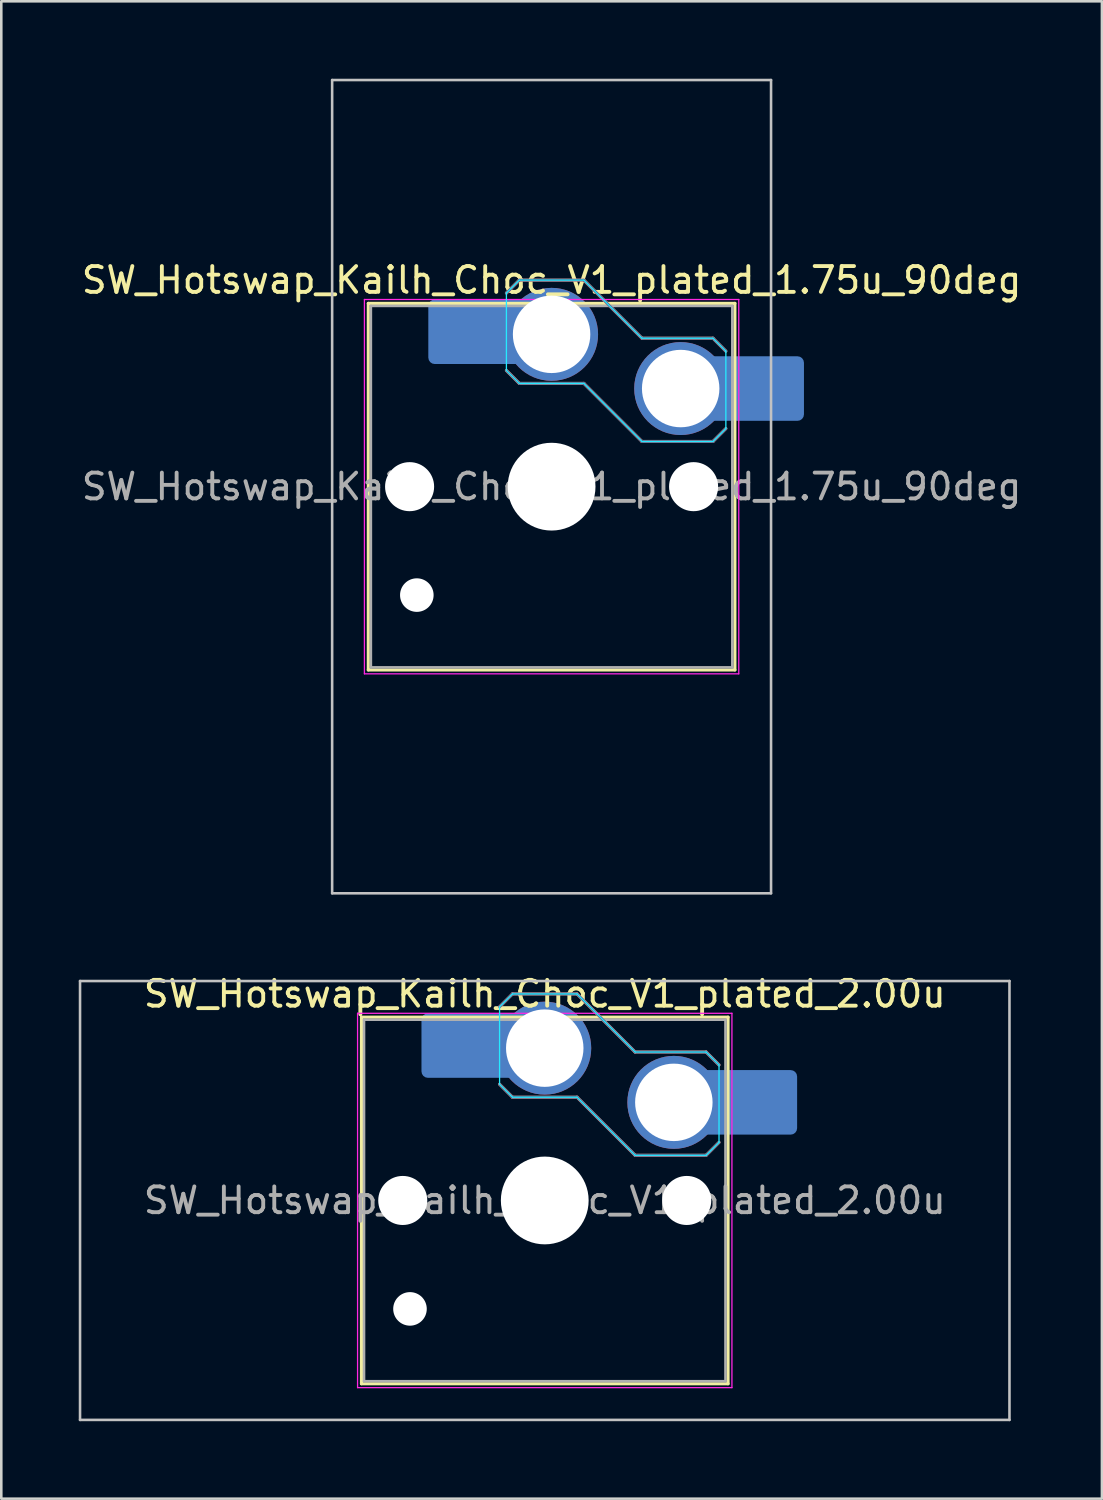
<source format=kicad_pcb>
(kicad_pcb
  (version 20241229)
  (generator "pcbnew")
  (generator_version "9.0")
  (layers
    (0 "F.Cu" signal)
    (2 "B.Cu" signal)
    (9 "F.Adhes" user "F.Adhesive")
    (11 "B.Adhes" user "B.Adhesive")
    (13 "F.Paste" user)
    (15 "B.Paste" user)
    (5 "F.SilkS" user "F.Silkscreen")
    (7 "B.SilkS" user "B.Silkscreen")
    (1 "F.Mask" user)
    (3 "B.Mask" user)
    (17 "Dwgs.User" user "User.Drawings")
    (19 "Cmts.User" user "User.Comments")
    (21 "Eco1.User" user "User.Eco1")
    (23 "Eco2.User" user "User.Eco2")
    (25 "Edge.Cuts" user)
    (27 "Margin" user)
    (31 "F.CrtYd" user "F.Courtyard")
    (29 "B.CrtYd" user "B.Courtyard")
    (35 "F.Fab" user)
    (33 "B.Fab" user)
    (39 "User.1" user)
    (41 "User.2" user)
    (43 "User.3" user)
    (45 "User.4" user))
  (footprint "SW_Hotswap_Kailh_Choc_V1_plated_1.75u_90deg"
    (layer "F.Cu")
    (at 18.315 15.8)
    (property "Reference" "SW_Hotswap_Kailh_Choc_V1_plated_1.75u_90deg" (at 0 -8 0) (layer "F.SilkS") (effects (font (size 1 1) (thickness 0.15))))
    (attr smd)
    (fp_line (start -7.1 -7.1) (end -7.1 7.1) (stroke (width 0.12) (type solid)) (layer "F.SilkS"))
    (fp_line (start -7.1 7.1) (end 7.1 7.1) (stroke (width 0.12) (type solid)) (layer "F.SilkS"))
    (fp_line (start 7.1 -7.1) (end -7.1 -7.1) (stroke (width 0.12) (type solid)) (layer "F.SilkS"))
    (fp_line (start 7.1 7.1) (end 7.1 -7.1) (stroke (width 0.12) (type solid)) (layer "F.SilkS"))
    (fp_line (start -1.75 -7.5) (end -1.25 -8) (stroke (width 0.12) (type solid)) (layer "B.SilkS"))
    (fp_line (start -1.25 -8) (end 1.25 -8) (stroke (width 0.12) (type solid)) (layer "B.SilkS"))
    (fp_line (start -1.25 -4) (end -1.75 -4.5) (stroke (width 0.12) (type solid)) (layer "B.SilkS"))
    (fp_line (start 1.25 -8) (end 3.5 -5.75) (stroke (width 0.12) (type solid)) (layer "B.SilkS"))
    (fp_line (start 1.25 -4) (end -1.25 -4) (stroke (width 0.12) (type solid)) (layer "B.SilkS"))
    (fp_line (start 3.5 -5.75) (end 6.25 -5.75) (stroke (width 0.12) (type solid)) (layer "B.SilkS"))
    (fp_line (start 3.5 -1.75) (end 1.25 -4) (stroke (width 0.12) (type solid)) (layer "B.SilkS"))
    (fp_line (start 6.25 -5.75) (end 6.75 -5.25) (stroke (width 0.12) (type solid)) (layer "B.SilkS"))
    (fp_line (start 6.25 -1.75) (end 3.5 -1.75) (stroke (width 0.12) (type solid)) (layer "B.SilkS"))
    (fp_line (start 6.75 -2.25) (end 6.25 -1.75) (stroke (width 0.12) (type solid)) (layer "B.SilkS"))
    (fp_line (start -8.5 -15.75) (end 8.5 -15.75) (stroke (width 0.1) (type solid)) (layer "Dwgs.User"))
    (fp_line (start -8.5 15.75) (end -8.5 -15.75) (stroke (width 0.1) (type solid)) (layer "Dwgs.User"))
    (fp_line (start 8.5 -15.75) (end 8.5 15.75) (stroke (width 0.1) (type solid)) (layer "Dwgs.User"))
    (fp_line (start 8.5 15.75) (end -8.5 15.75) (stroke (width 0.1) (type solid)) (layer "Dwgs.User"))
    (fp_line (start -1.75 -7.5) (end -1.25 -8) (stroke (width 0.05) (type solid)) (layer "B.CrtYd"))
    (fp_line (start -1.75 -4.5) (end -1.75 -7.5) (stroke (width 0.05) (type solid)) (layer "B.CrtYd"))
    (fp_line (start -1.25 -8) (end 1.25 -8) (stroke (width 0.05) (type solid)) (layer "B.CrtYd"))
    (fp_line (start -1.25 -4) (end -1.75 -4.5) (stroke (width 0.05) (type solid)) (layer "B.CrtYd"))
    (fp_line (start 1.25 -8) (end 3.5 -5.75) (stroke (width 0.05) (type solid)) (layer "B.CrtYd"))
    (fp_line (start 1.25 -4) (end -1.25 -4) (stroke (width 0.05) (type solid)) (layer "B.CrtYd"))
    (fp_line (start 3.5 -5.75) (end 6.25 -5.75) (stroke (width 0.05) (type solid)) (layer "B.CrtYd"))
    (fp_line (start 3.5 -1.75) (end 1.25 -4) (stroke (width 0.05) (type solid)) (layer "B.CrtYd"))
    (fp_line (start 6.25 -5.75) (end 6.75 -5.25) (stroke (width 0.05) (type solid)) (layer "B.CrtYd"))
    (fp_line (start 6.25 -1.75) (end 3.5 -1.75) (stroke (width 0.05) (type solid)) (layer "B.CrtYd"))
    (fp_line (start 6.75 -5.25) (end 6.75 -2.25) (stroke (width 0.05) (type solid)) (layer "B.CrtYd"))
    (fp_line (start 6.75 -2.25) (end 6.25 -1.75) (stroke (width 0.05) (type solid)) (layer "B.CrtYd"))
    (fp_line (start -7.25 -7.25) (end -7.25 7.25) (stroke (width 0.05) (type solid)) (layer "F.CrtYd"))
    (fp_line (start -7.25 7.25) (end 7.25 7.25) (stroke (width 0.05) (type solid)) (layer "F.CrtYd"))
    (fp_line (start 7.25 -7.25) (end -7.25 -7.25) (stroke (width 0.05) (type solid)) (layer "F.CrtYd"))
    (fp_line (start 7.25 7.25) (end 7.25 -7.25) (stroke (width 0.05) (type solid)) (layer "F.CrtYd"))
    (fp_line (start -1.75 -7.5) (end -1.25 -8) (stroke (width 0.1) (type solid)) (layer "B.Fab"))
    (fp_line (start -1.25 -8) (end 1.25 -8) (stroke (width 0.1) (type solid)) (layer "B.Fab"))
    (fp_line (start -1.25 -4) (end -1.75 -4.5) (stroke (width 0.1) (type solid)) (layer "B.Fab"))
    (fp_line (start 1.25 -8) (end 3.5 -5.75) (stroke (width 0.1) (type solid)) (layer "B.Fab"))
    (fp_line (start 1.25 -4) (end -1.25 -4) (stroke (width 0.1) (type solid)) (layer "B.Fab"))
    (fp_line (start 3.5 -5.75) (end 6.25 -5.75) (stroke (width 0.1) (type solid)) (layer "B.Fab"))
    (fp_line (start 3.5 -1.75) (end 1.25 -4) (stroke (width 0.1) (type solid)) (layer "B.Fab"))
    (fp_line (start 6.25 -5.75) (end 6.75 -5.25) (stroke (width 0.1) (type solid)) (layer "B.Fab"))
    (fp_line (start 6.25 -1.75) (end 3.5 -1.75) (stroke (width 0.1) (type solid)) (layer "B.Fab"))
    (fp_line (start 6.75 -2.25) (end 6.25 -1.75) (stroke (width 0.1) (type solid)) (layer "B.Fab"))
    (fp_line (start -7 -7) (end -7 7) (stroke (width 0.1) (type solid)) (layer "F.Fab"))
    (fp_line (start -7 7) (end 7 7) (stroke (width 0.1) (type solid)) (layer "F.Fab"))
    (fp_line (start 7 -7) (end -7 -7) (stroke (width 0.1) (type solid)) (layer "F.Fab"))
    (fp_line (start 7 7) (end 7 -7) (stroke (width 0.1) (type solid)) (layer "F.Fab"))
    (fp_text user "${REFERENCE}" (at 0 0 0) (layer "F.Fab") (effects (font (size 1 1) (thickness 0.15))))
    (pad "" np_thru_hole circle (at -5.5 0) (size 1.9 1.9) (drill 1.9) (layers "*.Cu" "*.Mask"))
    (pad "" np_thru_hole circle (at -5.22 4.2) (size 1.3 1.3) (drill 1.3) (layers "*.Cu" "*.Mask"))
    (pad "" smd roundrect (at -3.5 -6) (size 2.55 2.5) (layers "B.Mask" "B.Paste") (roundrect_rratio 0.1))
    (pad "" np_thru_hole circle (at 0 0) (size 3.4 3.4) (drill 3.4) (layers "*.Cu" "*.Mask"))
    (pad "" np_thru_hole circle (at 5.5 0) (size 1.9 1.9) (drill 1.9) (layers "*.Cu" "*.Mask"))
    (pad "" smd roundrect (at 8.5 -3.8) (size 2.55 2.5) (layers "B.Mask" "B.Paste") (roundrect_rratio 0.1))
    (pad "1" smd roundrect (at -2.85 -6) (size 3.85 2.5) (layers "B.Cu") (roundrect_rratio 0.1))
    (pad "1" thru_hole circle (at 0 -5.9) (size 3.6 3.6) (drill 3) (layers "*.Cu" "B.Mask"))
    (pad "2" thru_hole circle (at 5 -3.8) (size 3.6 3.6) (drill 3) (layers "*.Cu" "B.Mask"))
    (pad "2" smd roundrect (at 7.85 -3.8) (size 3.85 2.5) (layers "B.Cu") (roundrect_rratio 0.1)))
  (footprint "SW_Hotswap_Kailh_Choc_V1_plated_2.00u"
    (layer "F.Cu")
    (at 18.05 43.448)
    (property "Reference" "SW_Hotswap_Kailh_Choc_V1_plated_2.00u" (at 0 -8 0) (layer "F.SilkS") (effects (font (size 1 1) (thickness 0.15))))
    (attr smd)
    (fp_line (start -7.1 -7.1) (end -7.1 7.1) (stroke (width 0.12) (type solid)) (layer "F.SilkS"))
    (fp_line (start -7.1 7.1) (end 7.1 7.1) (stroke (width 0.12) (type solid)) (layer "F.SilkS"))
    (fp_line (start 7.1 -7.1) (end -7.1 -7.1) (stroke (width 0.12) (type solid)) (layer "F.SilkS"))
    (fp_line (start 7.1 7.1) (end 7.1 -7.1) (stroke (width 0.12) (type solid)) (layer "F.SilkS"))
    (fp_line (start -1.75 -7.5) (end -1.25 -8) (stroke (width 0.12) (type solid)) (layer "B.SilkS"))
    (fp_line (start -1.25 -8) (end 1.25 -8) (stroke (width 0.12) (type solid)) (layer "B.SilkS"))
    (fp_line (start -1.25 -4) (end -1.75 -4.5) (stroke (width 0.12) (type solid)) (layer "B.SilkS"))
    (fp_line (start 1.25 -8) (end 3.5 -5.75) (stroke (width 0.12) (type solid)) (layer "B.SilkS"))
    (fp_line (start 1.25 -4) (end -1.25 -4) (stroke (width 0.12) (type solid)) (layer "B.SilkS"))
    (fp_line (start 3.5 -5.75) (end 6.25 -5.75) (stroke (width 0.12) (type solid)) (layer "B.SilkS"))
    (fp_line (start 3.5 -1.75) (end 1.25 -4) (stroke (width 0.12) (type solid)) (layer "B.SilkS"))
    (fp_line (start 6.25 -5.75) (end 6.75 -5.25) (stroke (width 0.12) (type solid)) (layer "B.SilkS"))
    (fp_line (start 6.25 -1.75) (end 3.5 -1.75) (stroke (width 0.12) (type solid)) (layer "B.SilkS"))
    (fp_line (start 6.75 -2.25) (end 6.25 -1.75) (stroke (width 0.12) (type solid)) (layer "B.SilkS"))
    (fp_line (start -18 -8.5) (end -18 8.5) (stroke (width 0.1) (type solid)) (layer "Dwgs.User"))
    (fp_line (start -18 8.5) (end 18 8.5) (stroke (width 0.1) (type solid)) (layer "Dwgs.User"))
    (fp_line (start 18 -8.5) (end -18 -8.5) (stroke (width 0.1) (type solid)) (layer "Dwgs.User"))
    (fp_line (start 18 8.5) (end 18 -8.5) (stroke (width 0.1) (type solid)) (layer "Dwgs.User"))
    (fp_line (start -1.75 -7.5) (end -1.25 -8) (stroke (width 0.05) (type solid)) (layer "B.CrtYd"))
    (fp_line (start -1.75 -4.5) (end -1.75 -7.5) (stroke (width 0.05) (type solid)) (layer "B.CrtYd"))
    (fp_line (start -1.25 -8) (end 1.25 -8) (stroke (width 0.05) (type solid)) (layer "B.CrtYd"))
    (fp_line (start -1.25 -4) (end -1.75 -4.5) (stroke (width 0.05) (type solid)) (layer "B.CrtYd"))
    (fp_line (start 1.25 -8) (end 3.5 -5.75) (stroke (width 0.05) (type solid)) (layer "B.CrtYd"))
    (fp_line (start 1.25 -4) (end -1.25 -4) (stroke (width 0.05) (type solid)) (layer "B.CrtYd"))
    (fp_line (start 3.5 -5.75) (end 6.25 -5.75) (stroke (width 0.05) (type solid)) (layer "B.CrtYd"))
    (fp_line (start 3.5 -1.75) (end 1.25 -4) (stroke (width 0.05) (type solid)) (layer "B.CrtYd"))
    (fp_line (start 6.25 -5.75) (end 6.75 -5.25) (stroke (width 0.05) (type solid)) (layer "B.CrtYd"))
    (fp_line (start 6.25 -1.75) (end 3.5 -1.75) (stroke (width 0.05) (type solid)) (layer "B.CrtYd"))
    (fp_line (start 6.75 -5.25) (end 6.75 -2.25) (stroke (width 0.05) (type solid)) (layer "B.CrtYd"))
    (fp_line (start 6.75 -2.25) (end 6.25 -1.75) (stroke (width 0.05) (type solid)) (layer "B.CrtYd"))
    (fp_line (start -7.25 -7.25) (end -7.25 7.25) (stroke (width 0.05) (type solid)) (layer "F.CrtYd"))
    (fp_line (start -7.25 7.25) (end 7.25 7.25) (stroke (width 0.05) (type solid)) (layer "F.CrtYd"))
    (fp_line (start 7.25 -7.25) (end -7.25 -7.25) (stroke (width 0.05) (type solid)) (layer "F.CrtYd"))
    (fp_line (start 7.25 7.25) (end 7.25 -7.25) (stroke (width 0.05) (type solid)) (layer "F.CrtYd"))
    (fp_line (start -1.75 -7.5) (end -1.25 -8) (stroke (width 0.1) (type solid)) (layer "B.Fab"))
    (fp_line (start -1.25 -8) (end 1.25 -8) (stroke (width 0.1) (type solid)) (layer "B.Fab"))
    (fp_line (start -1.25 -4) (end -1.75 -4.5) (stroke (width 0.1) (type solid)) (layer "B.Fab"))
    (fp_line (start 1.25 -8) (end 3.5 -5.75) (stroke (width 0.1) (type solid)) (layer "B.Fab"))
    (fp_line (start 1.25 -4) (end -1.25 -4) (stroke (width 0.1) (type solid)) (layer "B.Fab"))
    (fp_line (start 3.5 -5.75) (end 6.25 -5.75) (stroke (width 0.1) (type solid)) (layer "B.Fab"))
    (fp_line (start 3.5 -1.75) (end 1.25 -4) (stroke (width 0.1) (type solid)) (layer "B.Fab"))
    (fp_line (start 6.25 -5.75) (end 6.75 -5.25) (stroke (width 0.1) (type solid)) (layer "B.Fab"))
    (fp_line (start 6.25 -1.75) (end 3.5 -1.75) (stroke (width 0.1) (type solid)) (layer "B.Fab"))
    (fp_line (start 6.75 -2.25) (end 6.25 -1.75) (stroke (width 0.1) (type solid)) (layer "B.Fab"))
    (fp_line (start -7 -7) (end -7 7) (stroke (width 0.1) (type solid)) (layer "F.Fab"))
    (fp_line (start -7 7) (end 7 7) (stroke (width 0.1) (type solid)) (layer "F.Fab"))
    (fp_line (start 7 -7) (end -7 -7) (stroke (width 0.1) (type solid)) (layer "F.Fab"))
    (fp_line (start 7 7) (end 7 -7) (stroke (width 0.1) (type solid)) (layer "F.Fab"))
    (fp_text user "${REFERENCE}" (at 0 0 0) (layer "F.Fab") (effects (font (size 1 1) (thickness 0.15))))
    (pad "" np_thru_hole circle (at -5.5 0) (size 1.9 1.9) (drill 1.9) (layers "*.Cu" "*.Mask"))
    (pad "" np_thru_hole circle (at -5.22 4.2) (size 1.3 1.3) (drill 1.3) (layers "*.Cu" "*.Mask"))
    (pad "" smd roundrect (at -3.5 -6) (size 2.55 2.5) (layers "B.Mask" "B.Paste") (roundrect_rratio 0.1))
    (pad "" np_thru_hole circle (at 0 0) (size 3.4 3.4) (drill 3.4) (layers "*.Cu" "*.Mask"))
    (pad "" np_thru_hole circle (at 5.5 0) (size 1.9 1.9) (drill 1.9) (layers "*.Cu" "*.Mask"))
    (pad "" smd roundrect (at 8.5 -3.8) (size 2.55 2.5) (layers "B.Mask" "B.Paste") (roundrect_rratio 0.1))
    (pad "1" smd roundrect (at -2.85 -6) (size 3.85 2.5) (layers "B.Cu") (roundrect_rratio 0.1))
    (pad "1" thru_hole circle (at 0 -5.9) (size 3.6 3.6) (drill 3) (layers "*.Cu" "B.Mask"))
    (pad "2" thru_hole circle (at 5 -3.8) (size 3.6 3.6) (drill 3) (layers "*.Cu" "B.Mask"))
    (pad "2" smd roundrect (at 7.85 -3.8) (size 3.85 2.5) (layers "B.Cu") (roundrect_rratio 0.1)))
  (gr_rect
    (start -3 -3)
    (end 39.631 54.998)
    (stroke (width 0.1) (type default))
    (fill no)
    (layer "Edge.Cuts")))
</source>
